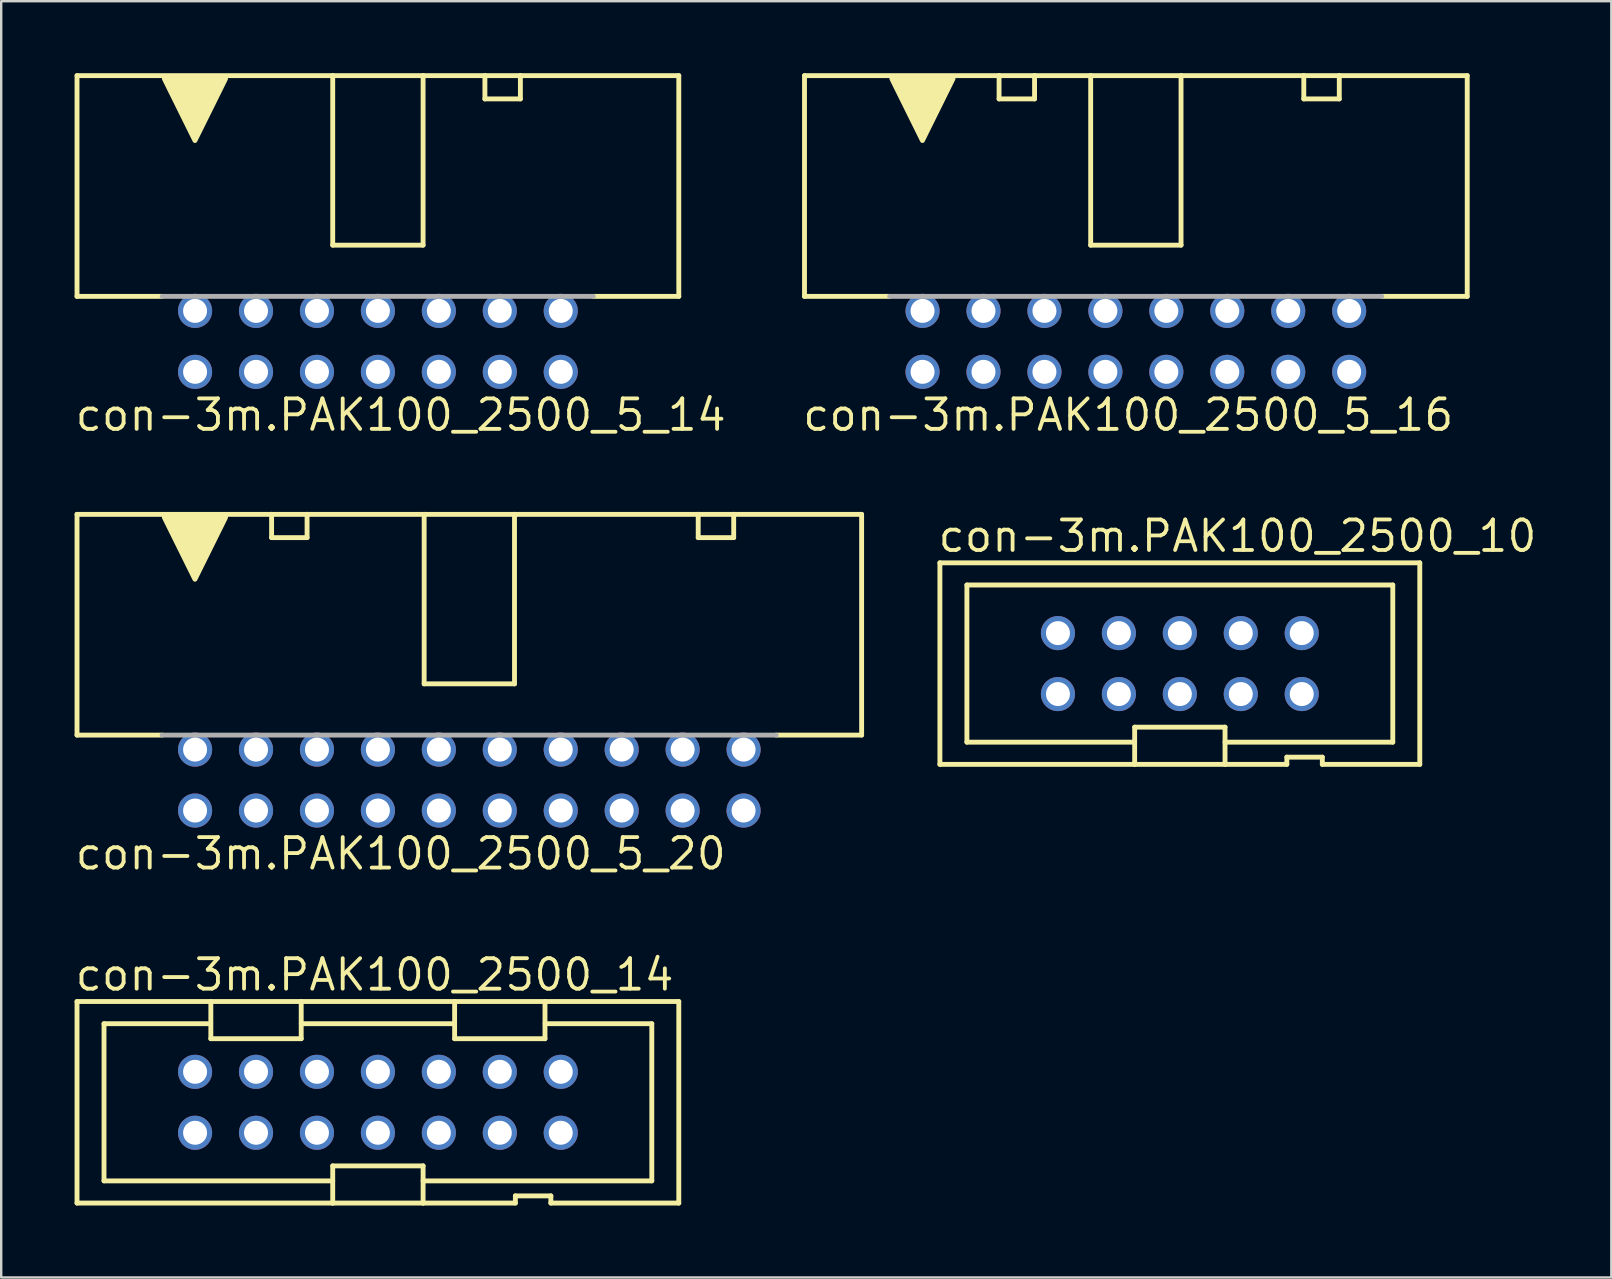
<source format=kicad_pcb>
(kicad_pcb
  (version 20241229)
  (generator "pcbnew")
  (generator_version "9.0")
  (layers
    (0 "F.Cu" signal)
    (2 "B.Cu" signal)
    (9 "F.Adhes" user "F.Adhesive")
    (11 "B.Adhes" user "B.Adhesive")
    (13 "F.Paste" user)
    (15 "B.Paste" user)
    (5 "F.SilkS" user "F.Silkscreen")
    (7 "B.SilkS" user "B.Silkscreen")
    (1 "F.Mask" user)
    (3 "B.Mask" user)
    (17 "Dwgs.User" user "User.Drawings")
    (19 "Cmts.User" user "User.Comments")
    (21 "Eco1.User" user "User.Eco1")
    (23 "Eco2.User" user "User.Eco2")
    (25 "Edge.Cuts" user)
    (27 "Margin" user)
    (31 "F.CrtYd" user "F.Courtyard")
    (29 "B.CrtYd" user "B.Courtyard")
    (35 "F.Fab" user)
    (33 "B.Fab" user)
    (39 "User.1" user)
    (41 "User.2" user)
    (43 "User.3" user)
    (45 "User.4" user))
  (footprint "con-3m.PAK100_2500_14"
    (layer "F.Cu")
    (at 12.7 42.89)
    (property "Reference" "con-3m.PAK100_2500_14" (at -12.7 -4.572 0) (layer "F.SilkS") (effects (font (size 1.27 1.27) (thickness 0.16)) (justify left bottom)))
    (attr through_hole)
    (fp_line (start -12.54 -4.2) (end -6.963 -4.2) (stroke (width 0.203) (type default)) (layer "F.SilkS"))
    (fp_line (start -12.54 4.2) (end -12.54 -4.2) (stroke (width 0.203) (type default)) (layer "F.SilkS"))
    (fp_line (start -11.415 -3.275) (end -6.97 -3.275) (stroke (width 0.203) (type default)) (layer "F.SilkS"))
    (fp_line (start -11.415 3.275) (end -11.415 -3.275) (stroke (width 0.203) (type default)) (layer "F.SilkS"))
    (fp_line (start -6.963 -4.2) (end -6.963 -2.65) (stroke (width 0.203) (type default)) (layer "F.SilkS"))
    (fp_line (start -6.963 -4.2) (end -3.197 -4.2) (stroke (width 0.203) (type default)) (layer "F.SilkS"))
    (fp_line (start -6.963 -2.65) (end -3.197 -2.65) (stroke (width 0.203) (type default)) (layer "F.SilkS"))
    (fp_line (start -3.197 -4.2) (end 3.197 -4.2) (stroke (width 0.203) (type default)) (layer "F.SilkS"))
    (fp_line (start -3.197 -2.65) (end -3.197 -4.2) (stroke (width 0.203) (type default)) (layer "F.SilkS"))
    (fp_line (start -3.195 -3.275) (end 3.195 -3.275) (stroke (width 0.203) (type default)) (layer "F.SilkS"))
    (fp_line (start -1.883 2.65) (end -1.883 4.2) (stroke (width 0.203) (type default)) (layer "F.SilkS"))
    (fp_line (start -1.883 3.275) (end -11.415 3.275) (stroke (width 0.203) (type default)) (layer "F.SilkS"))
    (fp_line (start -1.883 4.2) (end -12.54 4.2) (stroke (width 0.203) (type default)) (layer "F.SilkS"))
    (fp_line (start 1.883 2.65) (end -1.883 2.65) (stroke (width 0.203) (type default)) (layer "F.SilkS"))
    (fp_line (start 1.883 4.2) (end -1.883 4.2) (stroke (width 0.203) (type default)) (layer "F.SilkS"))
    (fp_line (start 1.883 4.2) (end 1.883 2.65) (stroke (width 0.203) (type default)) (layer "F.SilkS"))
    (fp_line (start 3.197 -4.2) (end 3.197 -2.65) (stroke (width 0.203) (type default)) (layer "F.SilkS"))
    (fp_line (start 3.197 -4.2) (end 6.963 -4.2) (stroke (width 0.203) (type default)) (layer "F.SilkS"))
    (fp_line (start 3.197 -2.65) (end 6.963 -2.65) (stroke (width 0.203) (type default)) (layer "F.SilkS"))
    (fp_line (start 5.729 3.9) (end 5.729 4.2) (stroke (width 0.203) (type default)) (layer "F.SilkS"))
    (fp_line (start 5.729 4.2) (end 1.883 4.2) (stroke (width 0.203) (type default)) (layer "F.SilkS"))
    (fp_line (start 6.963 -4.2) (end 12.54 -4.2) (stroke (width 0.203) (type default)) (layer "F.SilkS"))
    (fp_line (start 6.963 -2.65) (end 6.963 -4.2) (stroke (width 0.203) (type default)) (layer "F.SilkS"))
    (fp_line (start 6.97 -3.275) (end 11.415 -3.275) (stroke (width 0.203) (type default)) (layer "F.SilkS"))
    (fp_line (start 7.208 3.9) (end 5.729 3.9) (stroke (width 0.203) (type default)) (layer "F.SilkS"))
    (fp_line (start 7.208 4.2) (end 7.208 3.9) (stroke (width 0.203) (type default)) (layer "F.SilkS"))
    (fp_line (start 11.415 -3.275) (end 11.415 3.275) (stroke (width 0.203) (type default)) (layer "F.SilkS"))
    (fp_line (start 11.415 3.275) (end 1.883 3.275) (stroke (width 0.203) (type default)) (layer "F.SilkS"))
    (fp_line (start 12.54 -4.2) (end 12.54 4.2) (stroke (width 0.203) (type default)) (layer "F.SilkS"))
    (fp_line (start 12.54 4.2) (end 7.208 4.2) (stroke (width 0.203) (type default)) (layer "F.SilkS"))
    (pad "1" thru_hole circle (at -7.62 1.27) (size 1.422 1.422) (drill 1) (layers "*.Cu" "*.Mask"))
    (pad "2" thru_hole circle (at -7.62 -1.27) (size 1.422 1.422) (drill 1) (layers "*.Cu" "*.Mask"))
    (pad "3" thru_hole circle (at -5.08 1.27) (size 1.422 1.422) (drill 1) (layers "*.Cu" "*.Mask"))
    (pad "4" thru_hole circle (at -5.08 -1.27) (size 1.422 1.422) (drill 1) (layers "*.Cu" "*.Mask"))
    (pad "5" thru_hole circle (at -2.54 1.27) (size 1.422 1.422) (drill 1) (layers "*.Cu" "*.Mask"))
    (pad "6" thru_hole circle (at -2.54 -1.27) (size 1.422 1.422) (drill 1) (layers "*.Cu" "*.Mask"))
    (pad "7" thru_hole circle (at 0 1.27) (size 1.422 1.422) (drill 1) (layers "*.Cu" "*.Mask"))
    (pad "8" thru_hole circle (at 0 -1.27) (size 1.422 1.422) (drill 1) (layers "*.Cu" "*.Mask"))
    (pad "9" thru_hole circle (at 2.54 1.27) (size 1.422 1.422) (drill 1) (layers "*.Cu" "*.Mask"))
    (pad "10" thru_hole circle (at 2.54 -1.27) (size 1.422 1.422) (drill 1) (layers "*.Cu" "*.Mask"))
    (pad "11" thru_hole circle (at 5.08 1.27) (size 1.422 1.422) (drill 1) (layers "*.Cu" "*.Mask"))
    (pad "12" thru_hole circle (at 5.08 -1.27) (size 1.422 1.422) (drill 1) (layers "*.Cu" "*.Mask"))
    (pad "13" thru_hole circle (at 7.62 1.27) (size 1.422 1.422) (drill 1) (layers "*.Cu" "*.Mask"))
    (pad "14" thru_hole circle (at 7.62 -1.27) (size 1.422 1.422) (drill 1) (layers "*.Cu" "*.Mask")))
  (footprint "con-3m.PAK100_2500_5_14"
    (layer "F.Cu")
    (at 12.7 11.177)
    (property "Reference" "con-3m.PAK100_2500_5_14" (at -12.7 3.81 0) (layer "F.SilkS") (effects (font (size 1.27 1.27) (thickness 0.16)) (justify left bottom)))
    (attr through_hole)
    (fp_line (start -12.54 -11.075) (end -12.54 -1.875) (stroke (width 0.203) (type default)) (layer "F.SilkS"))
    (fp_line (start -8.996 -1.875) (end -12.54 -1.875) (stroke (width 0.203) (type default)) (layer "F.SilkS"))
    (fp_line (start -1.883 -11.075) (end -12.54 -11.075) (stroke (width 0.203) (type default)) (layer "F.SilkS"))
    (fp_line (start -1.883 -4.01) (end -1.883 -11.075) (stroke (width 0.203) (type default)) (layer "F.SilkS"))
    (fp_line (start 1.883 -11.075) (end -1.883 -11.075) (stroke (width 0.203) (type default)) (layer "F.SilkS"))
    (fp_line (start 1.883 -11.075) (end 1.883 -4.01) (stroke (width 0.203) (type default)) (layer "F.SilkS"))
    (fp_line (start 1.883 -4.01) (end -1.883 -4.01) (stroke (width 0.203) (type default)) (layer "F.SilkS"))
    (fp_line (start 4.459 -11.075) (end 1.883 -11.075) (stroke (width 0.203) (type default)) (layer "F.SilkS"))
    (fp_line (start 4.459 -11.075) (end 5.938 -11.075) (stroke (width 0.203) (type default)) (layer "F.SilkS"))
    (fp_line (start 4.459 -10.105) (end 4.459 -11.075) (stroke (width 0.203) (type default)) (layer "F.SilkS"))
    (fp_line (start 5.938 -11.075) (end 5.938 -10.105) (stroke (width 0.203) (type default)) (layer "F.SilkS"))
    (fp_line (start 5.938 -10.105) (end 4.459 -10.105) (stroke (width 0.203) (type default)) (layer "F.SilkS"))
    (fp_line (start 12.54 -11.075) (end 5.938 -11.075) (stroke (width 0.203) (type default)) (layer "F.SilkS"))
    (fp_line (start 12.54 -1.875) (end 8.983 -1.875) (stroke (width 0.203) (type default)) (layer "F.SilkS"))
    (fp_line (start 12.54 -1.875) (end 12.54 -11.075) (stroke (width 0.203) (type default)) (layer "F.SilkS"))
    (fp_poly (pts (xy -8.9 -10.945) (xy -6.35 -10.945) (xy -7.625 -8.37)) (stroke (width 0.203) (type default)) (fill yes) (layer "F.SilkS"))
    (fp_line (start 8.979 -1.875) (end -8.992 -1.875) (stroke (width 0.203) (type default)) (layer "F.Fab"))
    (pad "1" thru_hole circle (at -7.62 1.27) (size 1.422 1.422) (drill 1) (layers "*.Cu" "*.Mask"))
    (pad "2" thru_hole circle (at -7.62 -1.27) (size 1.422 1.422) (drill 1) (layers "*.Cu" "*.Mask"))
    (pad "3" thru_hole circle (at -5.08 1.27) (size 1.422 1.422) (drill 1) (layers "*.Cu" "*.Mask"))
    (pad "4" thru_hole circle (at -5.08 -1.27) (size 1.422 1.422) (drill 1) (layers "*.Cu" "*.Mask"))
    (pad "5" thru_hole circle (at -2.54 1.27) (size 1.422 1.422) (drill 1) (layers "*.Cu" "*.Mask"))
    (pad "6" thru_hole circle (at -2.54 -1.27) (size 1.422 1.422) (drill 1) (layers "*.Cu" "*.Mask"))
    (pad "7" thru_hole circle (at 0 1.27) (size 1.422 1.422) (drill 1) (layers "*.Cu" "*.Mask"))
    (pad "8" thru_hole circle (at 0 -1.27) (size 1.422 1.422) (drill 1) (layers "*.Cu" "*.Mask"))
    (pad "9" thru_hole circle (at 2.54 1.27) (size 1.422 1.422) (drill 1) (layers "*.Cu" "*.Mask"))
    (pad "10" thru_hole circle (at 2.54 -1.27) (size 1.422 1.422) (drill 1) (layers "*.Cu" "*.Mask"))
    (pad "11" thru_hole circle (at 5.08 1.27) (size 1.422 1.422) (drill 1) (layers "*.Cu" "*.Mask"))
    (pad "12" thru_hole circle (at 5.08 -1.27) (size 1.422 1.422) (drill 1) (layers "*.Cu" "*.Mask"))
    (pad "13" thru_hole circle (at 7.62 1.27) (size 1.422 1.422) (drill 1) (layers "*.Cu" "*.Mask"))
    (pad "14" thru_hole circle (at 7.62 -1.27) (size 1.422 1.422) (drill 1) (layers "*.Cu" "*.Mask")))
  (footprint "con-3m.PAK100_2500_5_16"
    (layer "F.Cu")
    (at 44.289 11.177)
    (property "Reference" "con-3m.PAK100_2500_5_16" (at -13.97 3.81 0) (layer "F.SilkS") (effects (font (size 1.27 1.27) (thickness 0.16)) (justify left bottom)))
    (attr through_hole)
    (fp_line (start -13.81 -11.075) (end -13.81 -1.875) (stroke (width 0.203) (type default)) (layer "F.SilkS"))
    (fp_line (start -10.266 -1.875) (end -13.81 -1.875) (stroke (width 0.203) (type default)) (layer "F.SilkS"))
    (fp_line (start -5.701 -11.075) (end -13.81 -11.075) (stroke (width 0.203) (type default)) (layer "F.SilkS"))
    (fp_line (start -5.701 -11.075) (end -4.222 -11.075) (stroke (width 0.203) (type default)) (layer "F.SilkS"))
    (fp_line (start -5.701 -10.105) (end -5.701 -11.075) (stroke (width 0.203) (type default)) (layer "F.SilkS"))
    (fp_line (start -4.222 -11.075) (end -4.222 -10.105) (stroke (width 0.203) (type default)) (layer "F.SilkS"))
    (fp_line (start -4.222 -10.105) (end -5.701 -10.105) (stroke (width 0.203) (type default)) (layer "F.SilkS"))
    (fp_line (start -1.883 -11.075) (end -4.222 -11.075) (stroke (width 0.203) (type default)) (layer "F.SilkS"))
    (fp_line (start -1.883 -4.01) (end -1.883 -11.075) (stroke (width 0.203) (type default)) (layer "F.SilkS"))
    (fp_line (start 1.883 -11.075) (end -1.883 -11.075) (stroke (width 0.203) (type default)) (layer "F.SilkS"))
    (fp_line (start 1.883 -11.075) (end 1.883 -4.01) (stroke (width 0.203) (type default)) (layer "F.SilkS"))
    (fp_line (start 1.883 -4.01) (end -1.883 -4.01) (stroke (width 0.203) (type default)) (layer "F.SilkS"))
    (fp_line (start 6.999 -11.075) (end 1.883 -11.075) (stroke (width 0.203) (type default)) (layer "F.SilkS"))
    (fp_line (start 6.999 -11.075) (end 8.478 -11.075) (stroke (width 0.203) (type default)) (layer "F.SilkS"))
    (fp_line (start 6.999 -10.105) (end 6.999 -11.075) (stroke (width 0.203) (type default)) (layer "F.SilkS"))
    (fp_line (start 8.478 -11.075) (end 8.478 -10.105) (stroke (width 0.203) (type default)) (layer "F.SilkS"))
    (fp_line (start 8.478 -10.105) (end 6.999 -10.105) (stroke (width 0.203) (type default)) (layer "F.SilkS"))
    (fp_line (start 13.81 -11.075) (end 8.478 -11.075) (stroke (width 0.203) (type default)) (layer "F.SilkS"))
    (fp_line (start 13.81 -1.875) (end 10.253 -1.875) (stroke (width 0.203) (type default)) (layer "F.SilkS"))
    (fp_line (start 13.81 -1.875) (end 13.81 -11.075) (stroke (width 0.203) (type default)) (layer "F.SilkS"))
    (fp_poly (pts (xy -10.17 -10.945) (xy -7.62 -10.945) (xy -8.895 -8.37)) (stroke (width 0.203) (type default)) (fill yes) (layer "F.SilkS"))
    (fp_line (start 10.249 -1.875) (end -10.262 -1.875) (stroke (width 0.203) (type default)) (layer "F.Fab"))
    (pad "1" thru_hole circle (at -8.89 1.27) (size 1.422 1.422) (drill 1) (layers "*.Cu" "*.Mask"))
    (pad "2" thru_hole circle (at -8.89 -1.27) (size 1.422 1.422) (drill 1) (layers "*.Cu" "*.Mask"))
    (pad "3" thru_hole circle (at -6.35 1.27) (size 1.422 1.422) (drill 1) (layers "*.Cu" "*.Mask"))
    (pad "4" thru_hole circle (at -6.35 -1.27) (size 1.422 1.422) (drill 1) (layers "*.Cu" "*.Mask"))
    (pad "5" thru_hole circle (at -3.81 1.27) (size 1.422 1.422) (drill 1) (layers "*.Cu" "*.Mask"))
    (pad "6" thru_hole circle (at -3.81 -1.27) (size 1.422 1.422) (drill 1) (layers "*.Cu" "*.Mask"))
    (pad "7" thru_hole circle (at -1.27 1.27) (size 1.422 1.422) (drill 1) (layers "*.Cu" "*.Mask"))
    (pad "8" thru_hole circle (at -1.27 -1.27) (size 1.422 1.422) (drill 1) (layers "*.Cu" "*.Mask"))
    (pad "9" thru_hole circle (at 1.27 1.27) (size 1.422 1.422) (drill 1) (layers "*.Cu" "*.Mask"))
    (pad "10" thru_hole circle (at 1.27 -1.27) (size 1.422 1.422) (drill 1) (layers "*.Cu" "*.Mask"))
    (pad "11" thru_hole circle (at 3.81 1.27) (size 1.422 1.422) (drill 1) (layers "*.Cu" "*.Mask"))
    (pad "12" thru_hole circle (at 3.81 -1.27) (size 1.422 1.422) (drill 1) (layers "*.Cu" "*.Mask"))
    (pad "13" thru_hole circle (at 6.35 1.27) (size 1.422 1.422) (drill 1) (layers "*.Cu" "*.Mask"))
    (pad "14" thru_hole circle (at 6.35 -1.27) (size 1.422 1.422) (drill 1) (layers "*.Cu" "*.Mask"))
    (pad "15" thru_hole circle (at 8.89 1.27) (size 1.422 1.422) (drill 1) (layers "*.Cu" "*.Mask"))
    (pad "16" thru_hole circle (at 8.89 -1.27) (size 1.422 1.422) (drill 1) (layers "*.Cu" "*.Mask")))
  (footprint "con-3m.PAK100_2500_5_20"
    (layer "F.Cu")
    (at 16.51 29.461)
    (property "Reference" "con-3m.PAK100_2500_5_20" (at -16.51 3.81 0) (layer "F.SilkS") (effects (font (size 1.27 1.27) (thickness 0.16)) (justify left bottom)))
    (attr through_hole)
    (fp_line (start -16.35 -11.075) (end -16.35 -1.875) (stroke (width 0.203) (type default)) (layer "F.SilkS"))
    (fp_line (start -12.806 -1.875) (end -16.35 -1.875) (stroke (width 0.203) (type default)) (layer "F.SilkS"))
    (fp_line (start -8.241 -11.075) (end -16.35 -11.075) (stroke (width 0.203) (type default)) (layer "F.SilkS"))
    (fp_line (start -8.241 -11.075) (end -6.762 -11.075) (stroke (width 0.203) (type default)) (layer "F.SilkS"))
    (fp_line (start -8.241 -10.105) (end -8.241 -11.075) (stroke (width 0.203) (type default)) (layer "F.SilkS"))
    (fp_line (start -6.762 -11.075) (end -6.762 -10.105) (stroke (width 0.203) (type default)) (layer "F.SilkS"))
    (fp_line (start -6.762 -10.105) (end -8.241 -10.105) (stroke (width 0.203) (type default)) (layer "F.SilkS"))
    (fp_line (start -1.883 -11.075) (end -6.762 -11.075) (stroke (width 0.203) (type default)) (layer "F.SilkS"))
    (fp_line (start -1.883 -4.01) (end -1.883 -11.075) (stroke (width 0.203) (type default)) (layer "F.SilkS"))
    (fp_line (start 1.883 -11.075) (end -1.883 -11.075) (stroke (width 0.203) (type default)) (layer "F.SilkS"))
    (fp_line (start 1.883 -11.075) (end 1.883 -4.01) (stroke (width 0.203) (type default)) (layer "F.SilkS"))
    (fp_line (start 1.883 -4.01) (end -1.883 -4.01) (stroke (width 0.203) (type default)) (layer "F.SilkS"))
    (fp_line (start 9.539 -11.075) (end 1.883 -11.075) (stroke (width 0.203) (type default)) (layer "F.SilkS"))
    (fp_line (start 9.539 -11.075) (end 11.018 -11.075) (stroke (width 0.203) (type default)) (layer "F.SilkS"))
    (fp_line (start 9.539 -10.105) (end 9.539 -11.075) (stroke (width 0.203) (type default)) (layer "F.SilkS"))
    (fp_line (start 11.018 -11.075) (end 11.018 -10.105) (stroke (width 0.203) (type default)) (layer "F.SilkS"))
    (fp_line (start 11.018 -10.105) (end 9.539 -10.105) (stroke (width 0.203) (type default)) (layer "F.SilkS"))
    (fp_line (start 16.35 -11.075) (end 11.018 -11.075) (stroke (width 0.203) (type default)) (layer "F.SilkS"))
    (fp_line (start 16.35 -1.875) (end 12.793 -1.875) (stroke (width 0.203) (type default)) (layer "F.SilkS"))
    (fp_line (start 16.35 -1.875) (end 16.35 -11.075) (stroke (width 0.203) (type default)) (layer "F.SilkS"))
    (fp_poly (pts (xy -12.71 -10.945) (xy -10.16 -10.945) (xy -11.435 -8.37)) (stroke (width 0.203) (type default)) (fill yes) (layer "F.SilkS"))
    (fp_line (start 12.789 -1.875) (end -12.802 -1.875) (stroke (width 0.203) (type default)) (layer "F.Fab"))
    (pad "1" thru_hole circle (at -11.43 1.27) (size 1.422 1.422) (drill 1) (layers "*.Cu" "*.Mask"))
    (pad "2" thru_hole circle (at -11.43 -1.27) (size 1.422 1.422) (drill 1) (layers "*.Cu" "*.Mask"))
    (pad "3" thru_hole circle (at -8.89 1.27) (size 1.422 1.422) (drill 1) (layers "*.Cu" "*.Mask"))
    (pad "4" thru_hole circle (at -8.89 -1.27) (size 1.422 1.422) (drill 1) (layers "*.Cu" "*.Mask"))
    (pad "5" thru_hole circle (at -6.35 1.27) (size 1.422 1.422) (drill 1) (layers "*.Cu" "*.Mask"))
    (pad "6" thru_hole circle (at -6.35 -1.27) (size 1.422 1.422) (drill 1) (layers "*.Cu" "*.Mask"))
    (pad "7" thru_hole circle (at -3.81 1.27) (size 1.422 1.422) (drill 1) (layers "*.Cu" "*.Mask"))
    (pad "8" thru_hole circle (at -3.81 -1.27) (size 1.422 1.422) (drill 1) (layers "*.Cu" "*.Mask"))
    (pad "9" thru_hole circle (at -1.27 1.27) (size 1.422 1.422) (drill 1) (layers "*.Cu" "*.Mask"))
    (pad "10" thru_hole circle (at -1.27 -1.27) (size 1.422 1.422) (drill 1) (layers "*.Cu" "*.Mask"))
    (pad "11" thru_hole circle (at 1.27 1.27) (size 1.422 1.422) (drill 1) (layers "*.Cu" "*.Mask"))
    (pad "12" thru_hole circle (at 1.27 -1.27) (size 1.422 1.422) (drill 1) (layers "*.Cu" "*.Mask"))
    (pad "13" thru_hole circle (at 3.81 1.27) (size 1.422 1.422) (drill 1) (layers "*.Cu" "*.Mask"))
    (pad "14" thru_hole circle (at 3.81 -1.27) (size 1.422 1.422) (drill 1) (layers "*.Cu" "*.Mask"))
    (pad "15" thru_hole circle (at 6.35 1.27) (size 1.422 1.422) (drill 1) (layers "*.Cu" "*.Mask"))
    (pad "16" thru_hole circle (at 6.35 -1.27) (size 1.422 1.422) (drill 1) (layers "*.Cu" "*.Mask"))
    (pad "17" thru_hole circle (at 8.89 1.27) (size 1.422 1.422) (drill 1) (layers "*.Cu" "*.Mask"))
    (pad "18" thru_hole circle (at 8.89 -1.27) (size 1.422 1.422) (drill 1) (layers "*.Cu" "*.Mask"))
    (pad "19" thru_hole circle (at 11.43 1.27) (size 1.422 1.422) (drill 1) (layers "*.Cu" "*.Mask"))
    (pad "20" thru_hole circle (at 11.43 -1.27) (size 1.422 1.422) (drill 1) (layers "*.Cu" "*.Mask")))
  (footprint "con-3m.PAK100_2500_10"
    (layer "F.Cu")
    (at 46.122 24.606)
    (property "Reference" "con-3m.PAK100_2500_10" (at -10.16 -4.572 0) (layer "F.SilkS") (effects (font (size 1.27 1.27) (thickness 0.16)) (justify left bottom)))
    (attr through_hole)
    (fp_line (start -10 -4.2) (end 10 -4.2) (stroke (width 0.203) (type default)) (layer "F.SilkS"))
    (fp_line (start -10 4.2) (end -10 -4.2) (stroke (width 0.203) (type default)) (layer "F.SilkS"))
    (fp_line (start -8.875 -3.275) (end 8.875 -3.275) (stroke (width 0.203) (type default)) (layer "F.SilkS"))
    (fp_line (start -8.875 3.275) (end -8.875 -3.275) (stroke (width 0.203) (type default)) (layer "F.SilkS"))
    (fp_line (start -1.883 2.65) (end -1.883 4.2) (stroke (width 0.203) (type default)) (layer "F.SilkS"))
    (fp_line (start -1.883 3.275) (end -8.875 3.275) (stroke (width 0.203) (type default)) (layer "F.SilkS"))
    (fp_line (start -1.883 4.2) (end -10 4.2) (stroke (width 0.203) (type default)) (layer "F.SilkS"))
    (fp_line (start 1.883 2.65) (end -1.883 2.65) (stroke (width 0.203) (type default)) (layer "F.SilkS"))
    (fp_line (start 1.883 4.2) (end -1.883 4.2) (stroke (width 0.203) (type default)) (layer "F.SilkS"))
    (fp_line (start 1.883 4.2) (end 1.883 2.65) (stroke (width 0.203) (type default)) (layer "F.SilkS"))
    (fp_line (start 4.459 3.9) (end 4.459 4.2) (stroke (width 0.203) (type default)) (layer "F.SilkS"))
    (fp_line (start 4.459 4.2) (end 1.883 4.2) (stroke (width 0.203) (type default)) (layer "F.SilkS"))
    (fp_line (start 5.938 3.9) (end 4.459 3.9) (stroke (width 0.203) (type default)) (layer "F.SilkS"))
    (fp_line (start 5.938 4.2) (end 5.938 3.9) (stroke (width 0.203) (type default)) (layer "F.SilkS"))
    (fp_line (start 8.875 -3.275) (end 8.875 3.275) (stroke (width 0.203) (type default)) (layer "F.SilkS"))
    (fp_line (start 8.875 3.275) (end 1.883 3.275) (stroke (width 0.203) (type default)) (layer "F.SilkS"))
    (fp_line (start 10 -4.2) (end 10 4.2) (stroke (width 0.203) (type default)) (layer "F.SilkS"))
    (fp_line (start 10 4.2) (end 5.938 4.2) (stroke (width 0.203) (type default)) (layer "F.SilkS"))
    (pad "1" thru_hole circle (at -5.08 1.27) (size 1.422 1.422) (drill 1) (layers "*.Cu" "*.Mask"))
    (pad "2" thru_hole circle (at -5.08 -1.27) (size 1.422 1.422) (drill 1) (layers "*.Cu" "*.Mask"))
    (pad "3" thru_hole circle (at -2.54 1.27) (size 1.422 1.422) (drill 1) (layers "*.Cu" "*.Mask"))
    (pad "4" thru_hole circle (at -2.54 -1.27) (size 1.422 1.422) (drill 1) (layers "*.Cu" "*.Mask"))
    (pad "5" thru_hole circle (at 0 1.27) (size 1.422 1.422) (drill 1) (layers "*.Cu" "*.Mask"))
    (pad "6" thru_hole circle (at 0 -1.27) (size 1.422 1.422) (drill 1) (layers "*.Cu" "*.Mask"))
    (pad "7" thru_hole circle (at 2.54 1.27) (size 1.422 1.422) (drill 1) (layers "*.Cu" "*.Mask"))
    (pad "8" thru_hole circle (at 2.54 -1.27) (size 1.422 1.422) (drill 1) (layers "*.Cu" "*.Mask"))
    (pad "9" thru_hole circle (at 5.08 1.27) (size 1.422 1.422) (drill 1) (layers "*.Cu" "*.Mask"))
    (pad "10" thru_hole circle (at 5.08 -1.27) (size 1.422 1.422) (drill 1) (layers "*.Cu" "*.Mask")))
  (gr_rect
    (start -3 -3)
    (end 64.104 50.192)
    (stroke (width 0.1) (type default))
    (fill no)
    (layer "Edge.Cuts")))
</source>
